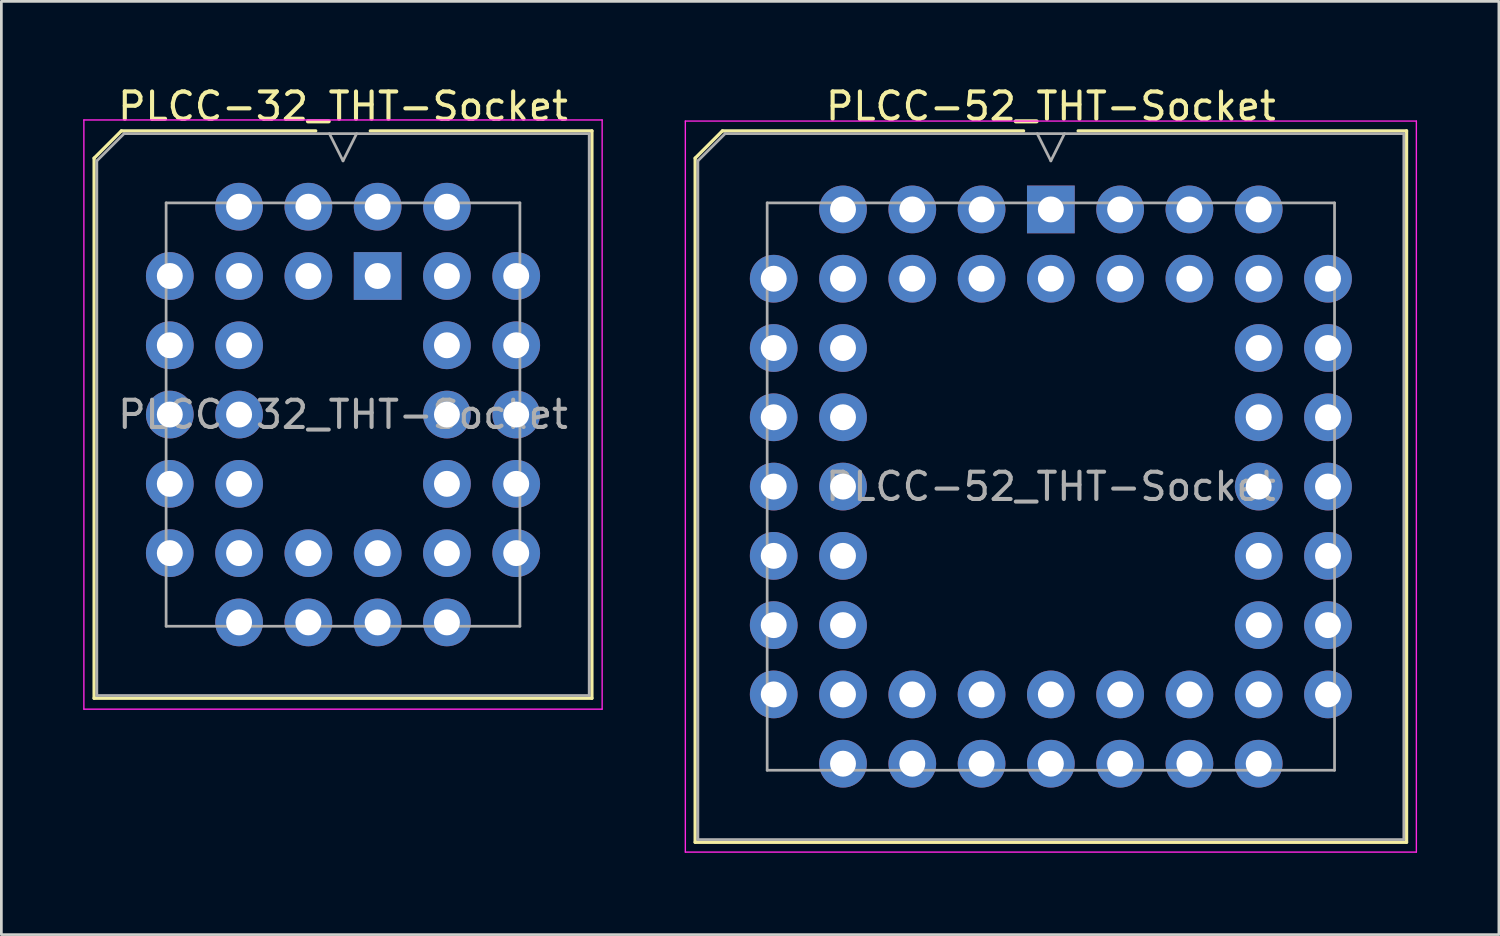
<source format=kicad_pcb>
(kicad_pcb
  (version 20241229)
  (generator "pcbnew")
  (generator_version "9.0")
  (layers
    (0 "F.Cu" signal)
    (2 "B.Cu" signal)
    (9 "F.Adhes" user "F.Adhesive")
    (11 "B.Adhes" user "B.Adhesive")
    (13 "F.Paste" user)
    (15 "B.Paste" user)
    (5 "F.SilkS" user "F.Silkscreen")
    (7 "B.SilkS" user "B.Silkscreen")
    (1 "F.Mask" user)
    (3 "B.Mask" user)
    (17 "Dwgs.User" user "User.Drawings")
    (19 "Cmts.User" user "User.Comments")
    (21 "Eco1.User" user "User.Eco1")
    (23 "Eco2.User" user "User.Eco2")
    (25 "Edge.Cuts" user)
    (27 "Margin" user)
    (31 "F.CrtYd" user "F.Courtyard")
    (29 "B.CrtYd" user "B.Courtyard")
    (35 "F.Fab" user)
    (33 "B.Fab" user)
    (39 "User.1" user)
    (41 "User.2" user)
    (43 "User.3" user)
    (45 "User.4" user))
  (footprint "PLCC-32_THT-Socket"
    (layer "F.Cu")
    (at 10.795 7.068)
    (property "Reference" "PLCC-32_THT-Socket" (at -1.27 -6.22 0) (layer "F.SilkS") (effects (font (size 1 1) (thickness 0.15))))
    (attr through_hole)
    (fp_line (start -10.395 -4.32) (end -10.395 15.48) (stroke (width 0.12) (type solid)) (layer "F.SilkS"))
    (fp_line (start -10.395 15.48) (end 7.855 15.48) (stroke (width 0.12) (type solid)) (layer "F.SilkS"))
    (fp_line (start -9.395 -5.32) (end -10.395 -4.32) (stroke (width 0.12) (type solid)) (layer "F.SilkS"))
    (fp_line (start -2.27 -5.32) (end -9.395 -5.32) (stroke (width 0.12) (type solid)) (layer "F.SilkS"))
    (fp_line (start 7.855 -5.32) (end -0.27 -5.32) (stroke (width 0.12) (type solid)) (layer "F.SilkS"))
    (fp_line (start 7.855 15.48) (end 7.855 -5.32) (stroke (width 0.12) (type solid)) (layer "F.SilkS"))
    (fp_line (start -10.77 -5.72) (end -10.77 15.88) (stroke (width 0.05) (type solid)) (layer "F.CrtYd"))
    (fp_line (start -10.77 15.88) (end 8.23 15.88) (stroke (width 0.05) (type solid)) (layer "F.CrtYd"))
    (fp_line (start 8.23 -5.72) (end -10.77 -5.72) (stroke (width 0.05) (type solid)) (layer "F.CrtYd"))
    (fp_line (start 8.23 15.88) (end 8.23 -5.72) (stroke (width 0.05) (type solid)) (layer "F.CrtYd"))
    (fp_line (start -10.295 -4.22) (end -10.295 15.38) (stroke (width 0.1) (type solid)) (layer "F.Fab"))
    (fp_line (start -10.295 15.38) (end 7.755 15.38) (stroke (width 0.1) (type solid)) (layer "F.Fab"))
    (fp_line (start -9.295 -5.22) (end -10.295 -4.22) (stroke (width 0.1) (type solid)) (layer "F.Fab"))
    (fp_line (start -7.755 -2.68) (end -7.755 12.84) (stroke (width 0.1) (type solid)) (layer "F.Fab"))
    (fp_line (start -7.755 12.84) (end 5.215 12.84) (stroke (width 0.1) (type solid)) (layer "F.Fab"))
    (fp_line (start -1.77 -5.22) (end -1.27 -4.22) (stroke (width 0.1) (type solid)) (layer "F.Fab"))
    (fp_line (start -1.27 -4.22) (end -0.77 -5.22) (stroke (width 0.1) (type solid)) (layer "F.Fab"))
    (fp_line (start 5.215 -2.68) (end -7.755 -2.68) (stroke (width 0.1) (type solid)) (layer "F.Fab"))
    (fp_line (start 5.215 12.84) (end 5.215 -2.68) (stroke (width 0.1) (type solid)) (layer "F.Fab"))
    (fp_line (start 7.755 -5.22) (end -9.295 -5.22) (stroke (width 0.1) (type solid)) (layer "F.Fab"))
    (fp_line (start 7.755 15.38) (end 7.755 -5.22) (stroke (width 0.1) (type solid)) (layer "F.Fab"))
    (fp_text user "${REFERENCE}" (at -1.27 5.08 0) (layer "F.Fab") (effects (font (size 1 1) (thickness 0.15))))
    (pad "1" thru_hole rect (at 0 0) (size 1.75 1.75) (drill 0.95) (layers "*.Cu" "*.Mask"))
    (pad "2" thru_hole circle (at -2.54 -2.54) (size 1.75 1.75) (drill 0.95) (layers "*.Cu" "*.Mask"))
    (pad "3" thru_hole circle (at -2.54 0) (size 1.75 1.75) (drill 0.95) (layers "*.Cu" "*.Mask"))
    (pad "4" thru_hole circle (at -5.08 -2.54) (size 1.75 1.75) (drill 0.95) (layers "*.Cu" "*.Mask"))
    (pad "5" thru_hole circle (at -7.62 0) (size 1.75 1.75) (drill 0.95) (layers "*.Cu" "*.Mask"))
    (pad "6" thru_hole circle (at -5.08 0) (size 1.75 1.75) (drill 0.95) (layers "*.Cu" "*.Mask"))
    (pad "7" thru_hole circle (at -7.62 2.54) (size 1.75 1.75) (drill 0.95) (layers "*.Cu" "*.Mask"))
    (pad "8" thru_hole circle (at -5.08 2.54) (size 1.75 1.75) (drill 0.95) (layers "*.Cu" "*.Mask"))
    (pad "9" thru_hole circle (at -7.62 5.08) (size 1.75 1.75) (drill 0.95) (layers "*.Cu" "*.Mask"))
    (pad "10" thru_hole circle (at -5.08 5.08) (size 1.75 1.75) (drill 0.95) (layers "*.Cu" "*.Mask"))
    (pad "11" thru_hole circle (at -7.62 7.62) (size 1.75 1.75) (drill 0.95) (layers "*.Cu" "*.Mask"))
    (pad "12" thru_hole circle (at -5.08 7.62) (size 1.75 1.75) (drill 0.95) (layers "*.Cu" "*.Mask"))
    (pad "13" thru_hole circle (at -7.62 10.16) (size 1.75 1.75) (drill 0.95) (layers "*.Cu" "*.Mask"))
    (pad "14" thru_hole circle (at -5.08 12.7) (size 1.75 1.75) (drill 0.95) (layers "*.Cu" "*.Mask"))
    (pad "15" thru_hole circle (at -5.08 10.16) (size 1.75 1.75) (drill 0.95) (layers "*.Cu" "*.Mask"))
    (pad "16" thru_hole circle (at -2.54 12.7) (size 1.75 1.75) (drill 0.95) (layers "*.Cu" "*.Mask"))
    (pad "17" thru_hole circle (at -2.54 10.16) (size 1.75 1.75) (drill 0.95) (layers "*.Cu" "*.Mask"))
    (pad "18" thru_hole circle (at 0 12.7) (size 1.75 1.75) (drill 0.95) (layers "*.Cu" "*.Mask"))
    (pad "19" thru_hole circle (at 0 10.16) (size 1.75 1.75) (drill 0.95) (layers "*.Cu" "*.Mask"))
    (pad "20" thru_hole circle (at 2.54 12.7) (size 1.75 1.75) (drill 0.95) (layers "*.Cu" "*.Mask"))
    (pad "21" thru_hole circle (at 5.08 10.16) (size 1.75 1.75) (drill 0.95) (layers "*.Cu" "*.Mask"))
    (pad "22" thru_hole circle (at 2.54 10.16) (size 1.75 1.75) (drill 0.95) (layers "*.Cu" "*.Mask"))
    (pad "23" thru_hole circle (at 5.08 7.62) (size 1.75 1.75) (drill 0.95) (layers "*.Cu" "*.Mask"))
    (pad "24" thru_hole circle (at 2.54 7.62) (size 1.75 1.75) (drill 0.95) (layers "*.Cu" "*.Mask"))
    (pad "25" thru_hole circle (at 5.08 5.08) (size 1.75 1.75) (drill 0.95) (layers "*.Cu" "*.Mask"))
    (pad "26" thru_hole circle (at 2.54 5.08) (size 1.75 1.75) (drill 0.95) (layers "*.Cu" "*.Mask"))
    (pad "27" thru_hole circle (at 5.08 2.54) (size 1.75 1.75) (drill 0.95) (layers "*.Cu" "*.Mask"))
    (pad "28" thru_hole circle (at 2.54 2.54) (size 1.75 1.75) (drill 0.95) (layers "*.Cu" "*.Mask"))
    (pad "29" thru_hole circle (at 5.08 0) (size 1.75 1.75) (drill 0.95) (layers "*.Cu" "*.Mask"))
    (pad "30" thru_hole circle (at 2.54 -2.54) (size 1.75 1.75) (drill 0.95) (layers "*.Cu" "*.Mask"))
    (pad "31" thru_hole circle (at 2.54 0) (size 1.75 1.75) (drill 0.95) (layers "*.Cu" "*.Mask"))
    (pad "32" thru_hole circle (at 0 -2.54) (size 1.75 1.75) (drill 0.95) (layers "*.Cu" "*.Mask")))
  (footprint "PLCC-52_THT-Socket"
    (layer "F.Cu")
    (at 35.475 4.628)
    (property "Reference" "PLCC-52_THT-Socket" (at 0 -3.78 0) (layer "F.SilkS") (effects (font (size 1 1) (thickness 0.15))))
    (attr through_hole)
    (fp_line (start -13.04 -1.88) (end -13.04 23.2) (stroke (width 0.12) (type solid)) (layer "F.SilkS"))
    (fp_line (start -13.04 23.2) (end 13.04 23.2) (stroke (width 0.12) (type solid)) (layer "F.SilkS"))
    (fp_line (start -12.04 -2.88) (end -13.04 -1.88) (stroke (width 0.12) (type solid)) (layer "F.SilkS"))
    (fp_line (start -1 -2.88) (end -12.04 -2.88) (stroke (width 0.12) (type solid)) (layer "F.SilkS"))
    (fp_line (start 13.04 -2.88) (end 1 -2.88) (stroke (width 0.12) (type solid)) (layer "F.SilkS"))
    (fp_line (start 13.04 23.2) (end 13.04 -2.88) (stroke (width 0.12) (type solid)) (layer "F.SilkS"))
    (fp_line (start -13.4 -3.24) (end -13.4 23.56) (stroke (width 0.05) (type solid)) (layer "F.CrtYd"))
    (fp_line (start -13.4 23.56) (end 13.4 23.56) (stroke (width 0.05) (type solid)) (layer "F.CrtYd"))
    (fp_line (start 13.4 -3.24) (end -13.4 -3.24) (stroke (width 0.05) (type solid)) (layer "F.CrtYd"))
    (fp_line (start 13.4 23.56) (end 13.4 -3.24) (stroke (width 0.05) (type solid)) (layer "F.CrtYd"))
    (fp_line (start -12.94 -1.78) (end -12.94 23.1) (stroke (width 0.1) (type solid)) (layer "F.Fab"))
    (fp_line (start -12.94 23.1) (end 12.94 23.1) (stroke (width 0.1) (type solid)) (layer "F.Fab"))
    (fp_line (start -11.94 -2.78) (end -12.94 -1.78) (stroke (width 0.1) (type solid)) (layer "F.Fab"))
    (fp_line (start -10.4 -0.24) (end -10.4 20.56) (stroke (width 0.1) (type solid)) (layer "F.Fab"))
    (fp_line (start -10.4 20.56) (end 10.4 20.56) (stroke (width 0.1) (type solid)) (layer "F.Fab"))
    (fp_line (start -0.5 -2.78) (end 0 -1.78) (stroke (width 0.1) (type solid)) (layer "F.Fab"))
    (fp_line (start 0 -1.78) (end 0.5 -2.78) (stroke (width 0.1) (type solid)) (layer "F.Fab"))
    (fp_line (start 10.4 -0.24) (end -10.4 -0.24) (stroke (width 0.1) (type solid)) (layer "F.Fab"))
    (fp_line (start 10.4 20.56) (end 10.4 -0.24) (stroke (width 0.1) (type solid)) (layer "F.Fab"))
    (fp_line (start 12.94 -2.78) (end -11.94 -2.78) (stroke (width 0.1) (type solid)) (layer "F.Fab"))
    (fp_line (start 12.94 23.1) (end 12.94 -2.78) (stroke (width 0.1) (type solid)) (layer "F.Fab"))
    (fp_text user "${REFERENCE}" (at 0 10.16 0) (layer "F.Fab") (effects (font (size 1 1) (thickness 0.15))))
    (pad "1" thru_hole rect (at 0 0) (size 1.75 1.75) (drill 0.95) (layers "*.Cu" "*.Mask"))
    (pad "2" thru_hole circle (at 0 2.54) (size 1.75 1.75) (drill 0.95) (layers "*.Cu" "*.Mask"))
    (pad "3" thru_hole circle (at -2.54 0) (size 1.75 1.75) (drill 0.95) (layers "*.Cu" "*.Mask"))
    (pad "4" thru_hole circle (at -2.54 2.54) (size 1.75 1.75) (drill 0.95) (layers "*.Cu" "*.Mask"))
    (pad "5" thru_hole circle (at -5.08 0) (size 1.75 1.75) (drill 0.95) (layers "*.Cu" "*.Mask"))
    (pad "6" thru_hole circle (at -5.08 2.54) (size 1.75 1.75) (drill 0.95) (layers "*.Cu" "*.Mask"))
    (pad "7" thru_hole circle (at -7.62 0) (size 1.75 1.75) (drill 0.95) (layers "*.Cu" "*.Mask"))
    (pad "8" thru_hole circle (at -10.16 2.54) (size 1.75 1.75) (drill 0.95) (layers "*.Cu" "*.Mask"))
    (pad "9" thru_hole circle (at -7.62 2.54) (size 1.75 1.75) (drill 0.95) (layers "*.Cu" "*.Mask"))
    (pad "10" thru_hole circle (at -10.16 5.08) (size 1.75 1.75) (drill 0.95) (layers "*.Cu" "*.Mask"))
    (pad "11" thru_hole circle (at -7.62 5.08) (size 1.75 1.75) (drill 0.95) (layers "*.Cu" "*.Mask"))
    (pad "12" thru_hole circle (at -10.16 7.62) (size 1.75 1.75) (drill 0.95) (layers "*.Cu" "*.Mask"))
    (pad "13" thru_hole circle (at -7.62 7.62) (size 1.75 1.75) (drill 0.95) (layers "*.Cu" "*.Mask"))
    (pad "14" thru_hole circle (at -10.16 10.16) (size 1.75 1.75) (drill 0.95) (layers "*.Cu" "*.Mask"))
    (pad "15" thru_hole circle (at -7.62 10.16) (size 1.75 1.75) (drill 0.95) (layers "*.Cu" "*.Mask"))
    (pad "16" thru_hole circle (at -10.16 12.7) (size 1.75 1.75) (drill 0.95) (layers "*.Cu" "*.Mask"))
    (pad "17" thru_hole circle (at -7.62 12.7) (size 1.75 1.75) (drill 0.95) (layers "*.Cu" "*.Mask"))
    (pad "18" thru_hole circle (at -10.16 15.24) (size 1.75 1.75) (drill 0.95) (layers "*.Cu" "*.Mask"))
    (pad "19" thru_hole circle (at -7.62 15.24) (size 1.75 1.75) (drill 0.95) (layers "*.Cu" "*.Mask"))
    (pad "20" thru_hole circle (at -10.16 17.78) (size 1.75 1.75) (drill 0.95) (layers "*.Cu" "*.Mask"))
    (pad "21" thru_hole circle (at -7.62 20.32) (size 1.75 1.75) (drill 0.95) (layers "*.Cu" "*.Mask"))
    (pad "22" thru_hole circle (at -7.62 17.78) (size 1.75 1.75) (drill 0.95) (layers "*.Cu" "*.Mask"))
    (pad "23" thru_hole circle (at -5.08 20.32) (size 1.75 1.75) (drill 0.95) (layers "*.Cu" "*.Mask"))
    (pad "24" thru_hole circle (at -5.08 17.78) (size 1.75 1.75) (drill 0.95) (layers "*.Cu" "*.Mask"))
    (pad "25" thru_hole circle (at -2.54 20.32) (size 1.75 1.75) (drill 0.95) (layers "*.Cu" "*.Mask"))
    (pad "26" thru_hole circle (at -2.54 17.78) (size 1.75 1.75) (drill 0.95) (layers "*.Cu" "*.Mask"))
    (pad "27" thru_hole circle (at 0 20.32) (size 1.75 1.75) (drill 0.95) (layers "*.Cu" "*.Mask"))
    (pad "28" thru_hole circle (at 0 17.78) (size 1.75 1.75) (drill 0.95) (layers "*.Cu" "*.Mask"))
    (pad "29" thru_hole circle (at 2.54 20.32) (size 1.75 1.75) (drill 0.95) (layers "*.Cu" "*.Mask"))
    (pad "30" thru_hole circle (at 2.54 17.78) (size 1.75 1.75) (drill 0.95) (layers "*.Cu" "*.Mask"))
    (pad "31" thru_hole circle (at 5.08 20.32) (size 1.75 1.75) (drill 0.95) (layers "*.Cu" "*.Mask"))
    (pad "32" thru_hole circle (at 5.08 17.78) (size 1.75 1.75) (drill 0.95) (layers "*.Cu" "*.Mask"))
    (pad "33" thru_hole circle (at 7.62 20.32) (size 1.75 1.75) (drill 0.95) (layers "*.Cu" "*.Mask"))
    (pad "34" thru_hole circle (at 10.16 17.78) (size 1.75 1.75) (drill 0.95) (layers "*.Cu" "*.Mask"))
    (pad "35" thru_hole circle (at 7.62 17.78) (size 1.75 1.75) (drill 0.95) (layers "*.Cu" "*.Mask"))
    (pad "36" thru_hole circle (at 10.16 15.24) (size 1.75 1.75) (drill 0.95) (layers "*.Cu" "*.Mask"))
    (pad "37" thru_hole circle (at 7.62 15.24) (size 1.75 1.75) (drill 0.95) (layers "*.Cu" "*.Mask"))
    (pad "38" thru_hole circle (at 10.16 12.7) (size 1.75 1.75) (drill 0.95) (layers "*.Cu" "*.Mask"))
    (pad "39" thru_hole circle (at 7.62 12.7) (size 1.75 1.75) (drill 0.95) (layers "*.Cu" "*.Mask"))
    (pad "40" thru_hole circle (at 10.16 10.16) (size 1.75 1.75) (drill 0.95) (layers "*.Cu" "*.Mask"))
    (pad "41" thru_hole circle (at 7.62 10.16) (size 1.75 1.75) (drill 0.95) (layers "*.Cu" "*.Mask"))
    (pad "42" thru_hole circle (at 10.16 7.62) (size 1.75 1.75) (drill 0.95) (layers "*.Cu" "*.Mask"))
    (pad "43" thru_hole circle (at 7.62 7.62) (size 1.75 1.75) (drill 0.95) (layers "*.Cu" "*.Mask"))
    (pad "44" thru_hole circle (at 10.16 5.08) (size 1.75 1.75) (drill 0.95) (layers "*.Cu" "*.Mask"))
    (pad "45" thru_hole circle (at 7.62 5.08) (size 1.75 1.75) (drill 0.95) (layers "*.Cu" "*.Mask"))
    (pad "46" thru_hole circle (at 10.16 2.54) (size 1.75 1.75) (drill 0.95) (layers "*.Cu" "*.Mask"))
    (pad "47" thru_hole circle (at 7.62 0) (size 1.75 1.75) (drill 0.95) (layers "*.Cu" "*.Mask"))
    (pad "48" thru_hole circle (at 7.62 2.54) (size 1.75 1.75) (drill 0.95) (layers "*.Cu" "*.Mask"))
    (pad "49" thru_hole circle (at 5.08 0) (size 1.75 1.75) (drill 0.95) (layers "*.Cu" "*.Mask"))
    (pad "50" thru_hole circle (at 5.08 2.54) (size 1.75 1.75) (drill 0.95) (layers "*.Cu" "*.Mask"))
    (pad "51" thru_hole circle (at 2.54 0) (size 1.75 1.75) (drill 0.95) (layers "*.Cu" "*.Mask"))
    (pad "52" thru_hole circle (at 2.54 2.54) (size 1.75 1.75) (drill 0.95) (layers "*.Cu" "*.Mask")))
  (gr_rect
    (start -3 -3)
    (end 51.9 31.213)
    (stroke (width 0.1) (type default))
    (fill no)
    (layer "Edge.Cuts")))
</source>
